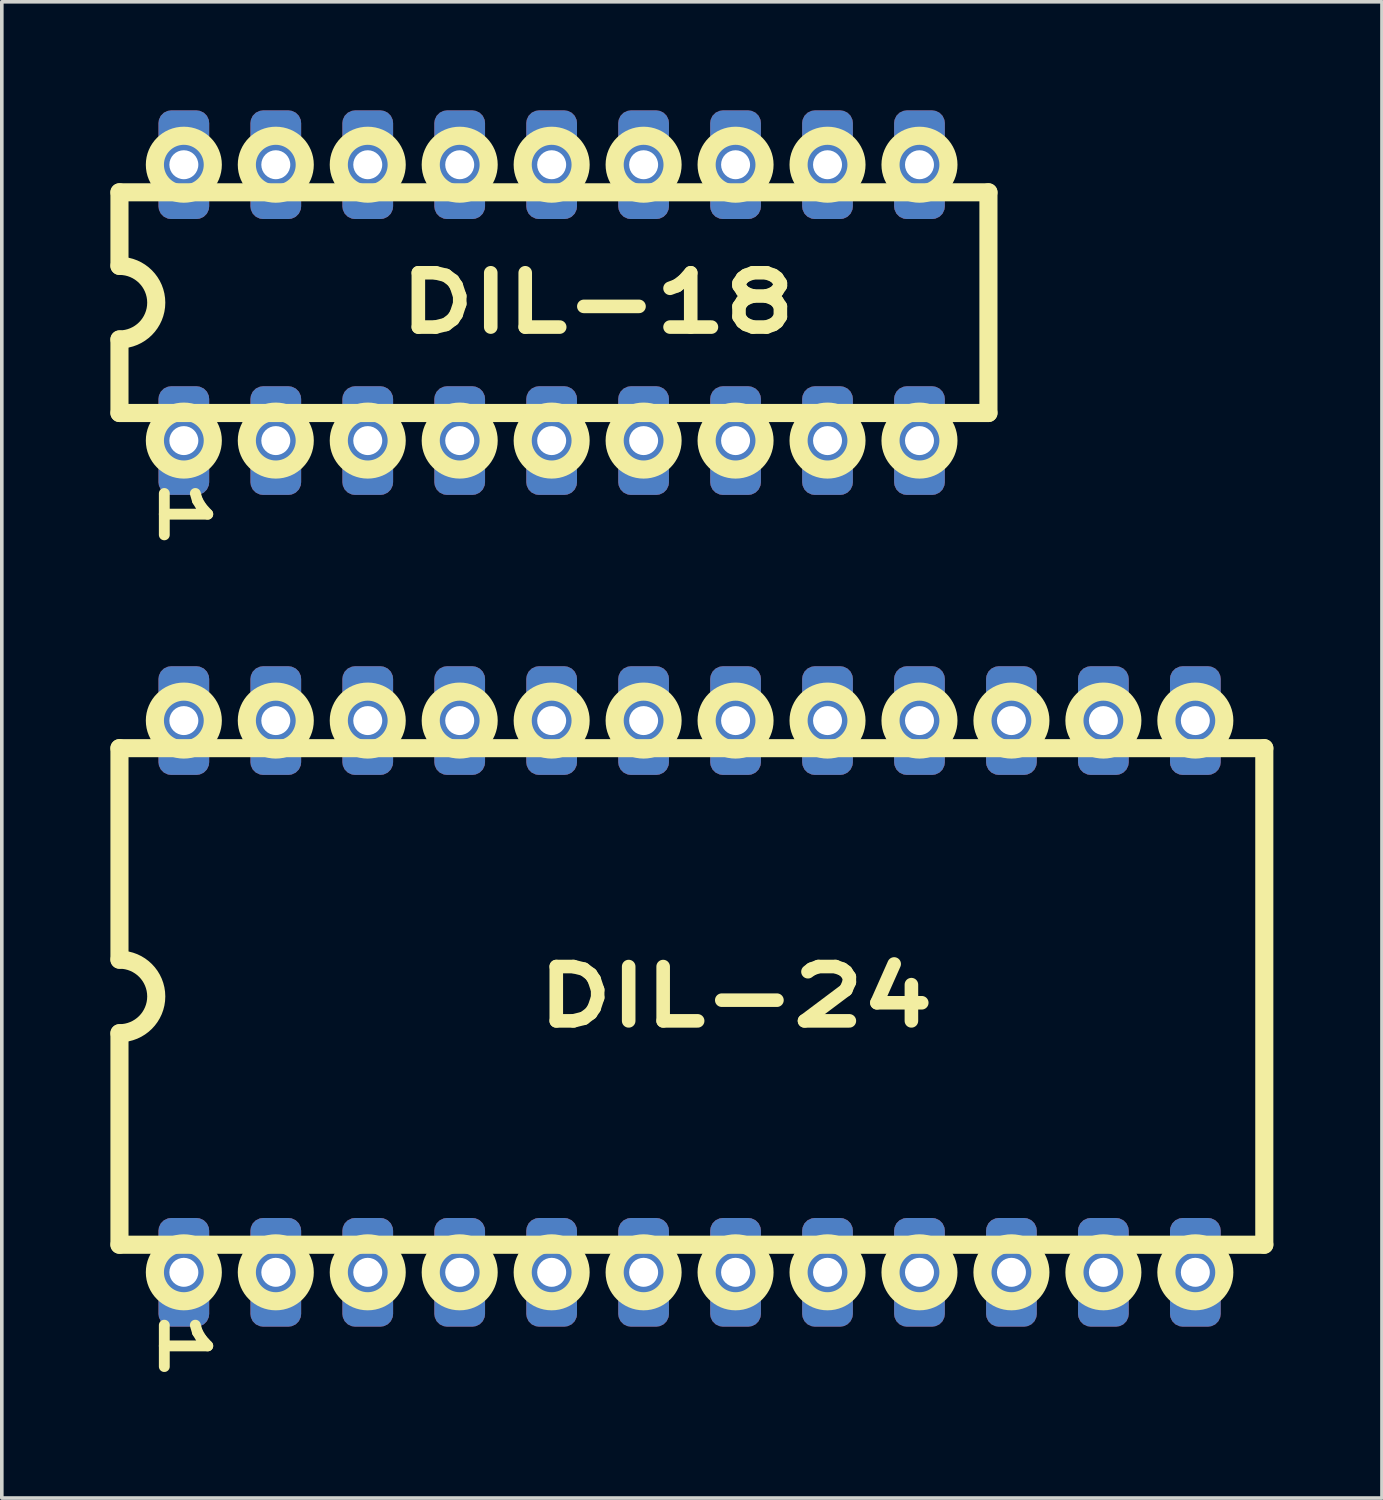
<source format=kicad_pcb>
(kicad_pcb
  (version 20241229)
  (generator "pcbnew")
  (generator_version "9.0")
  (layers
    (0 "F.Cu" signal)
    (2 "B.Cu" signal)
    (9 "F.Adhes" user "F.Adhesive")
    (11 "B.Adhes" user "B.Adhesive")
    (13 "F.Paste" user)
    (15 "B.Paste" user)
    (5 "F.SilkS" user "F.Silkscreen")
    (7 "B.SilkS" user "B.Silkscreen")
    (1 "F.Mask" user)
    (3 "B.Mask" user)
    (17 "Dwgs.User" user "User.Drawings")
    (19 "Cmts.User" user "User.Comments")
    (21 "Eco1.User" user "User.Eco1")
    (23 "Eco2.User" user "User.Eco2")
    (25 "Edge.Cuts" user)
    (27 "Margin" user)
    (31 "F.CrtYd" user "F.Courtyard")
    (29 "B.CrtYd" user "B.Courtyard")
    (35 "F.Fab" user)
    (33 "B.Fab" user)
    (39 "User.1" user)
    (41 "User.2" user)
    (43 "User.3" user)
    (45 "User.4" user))
  (footprint "DIL-18"
    (layer "F.Cu")
    (at 12.188 5.31)
    (property "Reference" "DIL-18" (at 1.27 0 0) (layer "F.SilkS") (effects (font (size 1.5 2) (thickness 0.375))))
    (attr through_hole)
    (fp_line (start -11.938 -3.048) (end 12.065 -3.048) (stroke (width 0.5) (type solid)) (layer "F.SilkS"))
    (fp_line (start -11.938 -1.016) (end -11.938 -3.048) (stroke (width 0.5) (type solid)) (layer "F.SilkS"))
    (fp_line (start -11.938 1.016) (end -11.938 3.048) (stroke (width 0.5) (type solid)) (layer "F.SilkS"))
    (fp_line (start 12.065 -3.048) (end 12.065 3.048) (stroke (width 0.5) (type solid)) (layer "F.SilkS"))
    (fp_line (start 12.065 3.048) (end -11.938 3.048) (stroke (width 0.5) (type solid)) (layer "F.SilkS"))
    (fp_arc (start -11.938 -1.016) (mid -10.922 0) (end -11.938 1.016) (stroke (width 0.5) (type solid)) (layer "F.SilkS"))
    (fp_circle (center -10.16 -3.81) (end -9.36 -3.81) (stroke (width 0.5) (type solid)) (fill no) (layer "F.SilkS"))
    (fp_circle (center -10.16 3.81) (end -9.36 3.81) (stroke (width 0.5) (type solid)) (fill no) (layer "F.SilkS"))
    (fp_circle (center -7.62 -3.81) (end -6.82 -3.81) (stroke (width 0.5) (type solid)) (fill no) (layer "F.SilkS"))
    (fp_circle (center -7.62 3.81) (end -6.82 3.81) (stroke (width 0.5) (type solid)) (fill no) (layer "F.SilkS"))
    (fp_circle (center -5.08 -3.81) (end -4.28 -3.81) (stroke (width 0.5) (type solid)) (fill no) (layer "F.SilkS"))
    (fp_circle (center -5.08 3.81) (end -4.28 3.81) (stroke (width 0.5) (type solid)) (fill no) (layer "F.SilkS"))
    (fp_circle (center -2.54 -3.81) (end -1.74 -3.81) (stroke (width 0.5) (type solid)) (fill no) (layer "F.SilkS"))
    (fp_circle (center -2.54 3.81) (end -1.74 3.81) (stroke (width 0.5) (type solid)) (fill no) (layer "F.SilkS"))
    (fp_circle (center 0 -3.81) (end 0.8 -3.81) (stroke (width 0.5) (type solid)) (fill no) (layer "F.SilkS"))
    (fp_circle (center 0 3.81) (end 0.8 3.81) (stroke (width 0.5) (type solid)) (fill no) (layer "F.SilkS"))
    (fp_circle (center 2.54 -3.81) (end 3.34 -3.81) (stroke (width 0.5) (type solid)) (fill no) (layer "F.SilkS"))
    (fp_circle (center 2.54 3.81) (end 3.34 3.81) (stroke (width 0.5) (type solid)) (fill no) (layer "F.SilkS"))
    (fp_circle (center 5.08 -3.81) (end 5.88 -3.81) (stroke (width 0.5) (type solid)) (fill no) (layer "F.SilkS"))
    (fp_circle (center 5.08 3.81) (end 5.88 3.81) (stroke (width 0.5) (type solid)) (fill no) (layer "F.SilkS"))
    (fp_circle (center 7.62 -3.81) (end 8.42 -3.81) (stroke (width 0.5) (type solid)) (fill no) (layer "F.SilkS"))
    (fp_circle (center 7.62 3.81) (end 8.42 3.81) (stroke (width 0.5) (type solid)) (fill no) (layer "F.SilkS"))
    (fp_circle (center 10.16 -3.81) (end 10.96 -3.81) (stroke (width 0.5) (type solid)) (fill no) (layer "F.SilkS"))
    (fp_circle (center 10.16 3.81) (end 10.96 3.81) (stroke (width 0.5) (type solid)) (fill no) (layer "F.SilkS"))
    (fp_text user "1" (at -10.16 5.842 270) (unlocked yes) (layer "F.SilkS") (effects (font (size 1.2 2) (thickness 0.3))))
    (pad "1" thru_hole roundrect (at -10.16 3.81) (size 1.4 3) (drill 0.8) (layers "*.Cu" "*.Mask") (roundrect_rratio 0.25))
    (pad "2" thru_hole roundrect (at -7.62 3.81) (size 1.4 3) (drill 0.8) (layers "*.Cu" "*.Mask") (roundrect_rratio 0.25))
    (pad "3" thru_hole roundrect (at -5.08 3.81) (size 1.4 3) (drill 0.8) (layers "*.Cu" "*.Mask") (roundrect_rratio 0.25))
    (pad "4" thru_hole roundrect (at -2.54 3.81) (size 1.4 3) (drill 0.8) (layers "*.Cu" "*.Mask") (roundrect_rratio 0.25))
    (pad "5" thru_hole roundrect (at 0 3.81) (size 1.4 3) (drill 0.8) (layers "*.Cu" "*.Mask") (roundrect_rratio 0.25))
    (pad "6" thru_hole roundrect (at 2.54 3.81) (size 1.4 3) (drill 0.8) (layers "*.Cu" "*.Mask") (roundrect_rratio 0.25))
    (pad "7" thru_hole roundrect (at 5.08 3.81) (size 1.4 3) (drill 0.8) (layers "*.Cu" "*.Mask") (roundrect_rratio 0.25))
    (pad "8" thru_hole roundrect (at 7.62 3.81) (size 1.4 3) (drill 0.8) (layers "*.Cu" "*.Mask") (roundrect_rratio 0.25))
    (pad "9" thru_hole roundrect (at 10.16 3.81) (size 1.4 3) (drill 0.8) (layers "*.Cu" "*.Mask") (roundrect_rratio 0.25))
    (pad "10" thru_hole roundrect (at 10.16 -3.81) (size 1.4 3) (drill 0.8) (layers "*.Cu" "*.Mask") (roundrect_rratio 0.25))
    (pad "11" thru_hole roundrect (at 7.62 -3.81) (size 1.4 3) (drill 0.8) (layers "*.Cu" "*.Mask") (roundrect_rratio 0.25))
    (pad "12" thru_hole roundrect (at 5.08 -3.81) (size 1.4 3) (drill 0.8) (layers "*.Cu" "*.Mask") (roundrect_rratio 0.25))
    (pad "13" thru_hole roundrect (at 2.54 -3.81) (size 1.4 3) (drill 0.8) (layers "*.Cu" "*.Mask") (roundrect_rratio 0.25))
    (pad "14" thru_hole roundrect (at 0 -3.81) (size 1.4 3) (drill 0.8) (layers "*.Cu" "*.Mask") (roundrect_rratio 0.25))
    (pad "15" thru_hole roundrect (at -2.54 -3.81) (size 1.4 3) (drill 0.8) (layers "*.Cu" "*.Mask") (roundrect_rratio 0.25))
    (pad "16" thru_hole roundrect (at -5.08 -3.81) (size 1.4 3) (drill 0.8) (layers "*.Cu" "*.Mask") (roundrect_rratio 0.25))
    (pad "17" thru_hole roundrect (at -7.62 -3.81) (size 1.4 3) (drill 0.8) (layers "*.Cu" "*.Mask") (roundrect_rratio 0.25))
    (pad "18" thru_hole roundrect (at -10.16 -3.81) (size 1.4 3) (drill 0.8) (layers "*.Cu" "*.Mask") (roundrect_rratio 0.25)))
  (footprint "DIL-24"
    (layer "F.Cu")
    (at 15.998 24.474)
    (property "Reference" "DIL-24" (at 1.27 0 0) (layer "F.SilkS") (effects (font (size 1.5 2) (thickness 0.375))))
    (attr through_hole)
    (fp_line (start -15.748 -6.858) (end 15.875 -6.858) (stroke (width 0.5) (type solid)) (layer "F.SilkS"))
    (fp_line (start -15.748 -1.016) (end -15.748 -6.858) (stroke (width 0.5) (type solid)) (layer "F.SilkS"))
    (fp_line (start -15.748 1.016) (end -15.748 6.858) (stroke (width 0.5) (type solid)) (layer "F.SilkS"))
    (fp_line (start 15.875 -6.858) (end 15.875 6.858) (stroke (width 0.5) (type solid)) (layer "F.SilkS"))
    (fp_line (start 15.875 6.858) (end -15.748 6.858) (stroke (width 0.5) (type solid)) (layer "F.SilkS"))
    (fp_arc (start -15.748 -1.016) (mid -14.732 0) (end -15.748 1.016) (stroke (width 0.5) (type solid)) (layer "F.SilkS"))
    (fp_circle (center -13.97 -7.62) (end -13.17 -7.62) (stroke (width 0.5) (type solid)) (fill no) (layer "F.SilkS"))
    (fp_circle (center -13.97 7.62) (end -13.17 7.62) (stroke (width 0.5) (type solid)) (fill no) (layer "F.SilkS"))
    (fp_circle (center -11.43 -7.62) (end -10.63 -7.62) (stroke (width 0.5) (type solid)) (fill no) (layer "F.SilkS"))
    (fp_circle (center -11.43 7.62) (end -10.63 7.62) (stroke (width 0.5) (type solid)) (fill no) (layer "F.SilkS"))
    (fp_circle (center -8.89 -7.62) (end -8.09 -7.62) (stroke (width 0.5) (type solid)) (fill no) (layer "F.SilkS"))
    (fp_circle (center -8.89 7.62) (end -8.09 7.62) (stroke (width 0.5) (type solid)) (fill no) (layer "F.SilkS"))
    (fp_circle (center -6.35 -7.62) (end -5.55 -7.62) (stroke (width 0.5) (type solid)) (fill no) (layer "F.SilkS"))
    (fp_circle (center -6.35 7.62) (end -5.55 7.62) (stroke (width 0.5) (type solid)) (fill no) (layer "F.SilkS"))
    (fp_circle (center -3.81 -7.62) (end -3.01 -7.62) (stroke (width 0.5) (type solid)) (fill no) (layer "F.SilkS"))
    (fp_circle (center -3.81 7.62) (end -3.01 7.62) (stroke (width 0.5) (type solid)) (fill no) (layer "F.SilkS"))
    (fp_circle (center -1.27 -7.62) (end -0.47 -7.62) (stroke (width 0.5) (type solid)) (fill no) (layer "F.SilkS"))
    (fp_circle (center -1.27 7.62) (end -0.47 7.62) (stroke (width 0.5) (type solid)) (fill no) (layer "F.SilkS"))
    (fp_circle (center 1.27 -7.62) (end 2.07 -7.62) (stroke (width 0.5) (type solid)) (fill no) (layer "F.SilkS"))
    (fp_circle (center 1.27 7.62) (end 2.07 7.62) (stroke (width 0.5) (type solid)) (fill no) (layer "F.SilkS"))
    (fp_circle (center 3.81 -7.62) (end 4.61 -7.62) (stroke (width 0.5) (type solid)) (fill no) (layer "F.SilkS"))
    (fp_circle (center 3.81 7.62) (end 4.61 7.62) (stroke (width 0.5) (type solid)) (fill no) (layer "F.SilkS"))
    (fp_circle (center 6.35 -7.62) (end 7.15 -7.62) (stroke (width 0.5) (type solid)) (fill no) (layer "F.SilkS"))
    (fp_circle (center 6.35 7.62) (end 7.15 7.62) (stroke (width 0.5) (type solid)) (fill no) (layer "F.SilkS"))
    (fp_circle (center 8.89 -7.62) (end 9.69 -7.62) (stroke (width 0.5) (type solid)) (fill no) (layer "F.SilkS"))
    (fp_circle (center 8.89 7.62) (end 9.69 7.62) (stroke (width 0.5) (type solid)) (fill no) (layer "F.SilkS"))
    (fp_circle (center 11.43 -7.62) (end 12.23 -7.62) (stroke (width 0.5) (type solid)) (fill no) (layer "F.SilkS"))
    (fp_circle (center 11.43 7.62) (end 12.23 7.62) (stroke (width 0.5) (type solid)) (fill no) (layer "F.SilkS"))
    (fp_circle (center 13.97 -7.62) (end 14.77 -7.62) (stroke (width 0.5) (type solid)) (fill no) (layer "F.SilkS"))
    (fp_circle (center 13.97 7.62) (end 14.77 7.62) (stroke (width 0.5) (type solid)) (fill no) (layer "F.SilkS"))
    (fp_text user "1" (at -13.97 9.652 270) (unlocked yes) (layer "F.SilkS") (effects (font (size 1.2 2) (thickness 0.3))))
    (pad "1" thru_hole roundrect (at -13.97 7.62) (size 1.4 3) (drill 0.8) (layers "*.Cu" "*.Mask") (roundrect_rratio 0.25))
    (pad "2" thru_hole roundrect (at -11.43 7.62) (size 1.4 3) (drill 0.8) (layers "*.Cu" "*.Mask") (roundrect_rratio 0.25))
    (pad "3" thru_hole roundrect (at -8.89 7.62) (size 1.4 3) (drill 0.8) (layers "*.Cu" "*.Mask") (roundrect_rratio 0.25))
    (pad "4" thru_hole roundrect (at -6.35 7.62) (size 1.4 3) (drill 0.8) (layers "*.Cu" "*.Mask") (roundrect_rratio 0.25))
    (pad "5" thru_hole roundrect (at -3.81 7.62) (size 1.4 3) (drill 0.8) (layers "*.Cu" "*.Mask") (roundrect_rratio 0.25))
    (pad "6" thru_hole roundrect (at -1.27 7.62) (size 1.4 3) (drill 0.8) (layers "*.Cu" "*.Mask") (roundrect_rratio 0.25))
    (pad "7" thru_hole roundrect (at 1.27 7.62) (size 1.4 3) (drill 0.8) (layers "*.Cu" "*.Mask") (roundrect_rratio 0.25))
    (pad "8" thru_hole roundrect (at 3.81 7.62) (size 1.4 3) (drill 0.8) (layers "*.Cu" "*.Mask") (roundrect_rratio 0.25))
    (pad "9" thru_hole roundrect (at 6.35 7.62) (size 1.4 3) (drill 0.8) (layers "*.Cu" "*.Mask") (roundrect_rratio 0.25))
    (pad "10" thru_hole roundrect (at 8.89 7.62) (size 1.4 3) (drill 0.8) (layers "*.Cu" "*.Mask") (roundrect_rratio 0.25))
    (pad "11" thru_hole roundrect (at 11.43 7.62) (size 1.4 3) (drill 0.8) (layers "*.Cu" "*.Mask") (roundrect_rratio 0.25))
    (pad "12" thru_hole roundrect (at 13.97 7.62) (size 1.4 3) (drill 0.8) (layers "*.Cu" "*.Mask") (roundrect_rratio 0.25))
    (pad "13" thru_hole roundrect (at 13.97 -7.62) (size 1.4 3) (drill 0.8) (layers "*.Cu" "*.Mask") (roundrect_rratio 0.25))
    (pad "14" thru_hole roundrect (at 11.43 -7.62) (size 1.4 3) (drill 0.8) (layers "*.Cu" "*.Mask") (roundrect_rratio 0.25))
    (pad "15" thru_hole roundrect (at 8.89 -7.62) (size 1.4 3) (drill 0.8) (layers "*.Cu" "*.Mask") (roundrect_rratio 0.25))
    (pad "16" thru_hole roundrect (at 6.35 -7.62) (size 1.4 3) (drill 0.8) (layers "*.Cu" "*.Mask") (roundrect_rratio 0.25))
    (pad "17" thru_hole roundrect (at 3.81 -7.62) (size 1.4 3) (drill 0.8) (layers "*.Cu" "*.Mask") (roundrect_rratio 0.25))
    (pad "18" thru_hole roundrect (at 1.27 -7.62) (size 1.4 3) (drill 0.8) (layers "*.Cu" "*.Mask") (roundrect_rratio 0.25))
    (pad "19" thru_hole roundrect (at -1.27 -7.62) (size 1.4 3) (drill 0.8) (layers "*.Cu" "*.Mask") (roundrect_rratio 0.25))
    (pad "20" thru_hole roundrect (at -3.81 -7.62) (size 1.4 3) (drill 0.8) (layers "*.Cu" "*.Mask") (roundrect_rratio 0.25))
    (pad "21" thru_hole roundrect (at -6.35 -7.62) (size 1.4 3) (drill 0.8) (layers "*.Cu" "*.Mask") (roundrect_rratio 0.25))
    (pad "22" thru_hole roundrect (at -8.89 -7.62) (size 1.4 3) (drill 0.8) (layers "*.Cu" "*.Mask") (roundrect_rratio 0.25))
    (pad "23" thru_hole roundrect (at -11.43 -7.62) (size 1.4 3) (drill 0.8) (layers "*.Cu" "*.Mask") (roundrect_rratio 0.25))
    (pad "24" thru_hole roundrect (at -13.97 -7.62) (size 1.4 3) (drill 0.8) (layers "*.Cu" "*.Mask") (roundrect_rratio 0.25)))
  (gr_rect
    (start -3 -3)
    (end 35.123 38.329)
    (stroke (width 0.1) (type default))
    (fill no)
    (layer "Edge.Cuts")))
</source>
